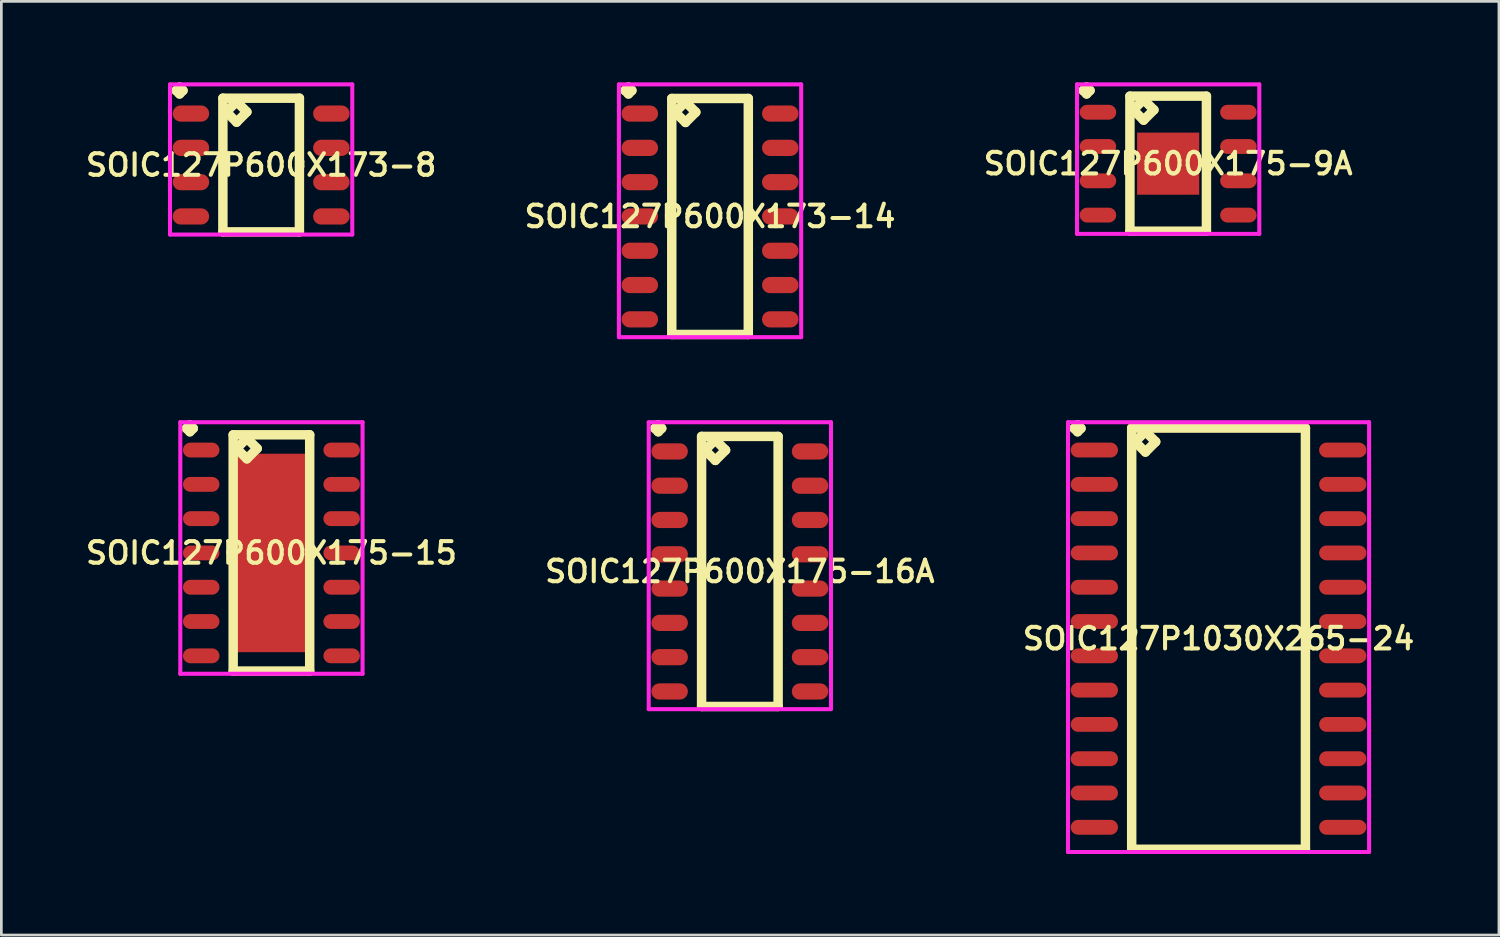
<source format=kicad_pcb>
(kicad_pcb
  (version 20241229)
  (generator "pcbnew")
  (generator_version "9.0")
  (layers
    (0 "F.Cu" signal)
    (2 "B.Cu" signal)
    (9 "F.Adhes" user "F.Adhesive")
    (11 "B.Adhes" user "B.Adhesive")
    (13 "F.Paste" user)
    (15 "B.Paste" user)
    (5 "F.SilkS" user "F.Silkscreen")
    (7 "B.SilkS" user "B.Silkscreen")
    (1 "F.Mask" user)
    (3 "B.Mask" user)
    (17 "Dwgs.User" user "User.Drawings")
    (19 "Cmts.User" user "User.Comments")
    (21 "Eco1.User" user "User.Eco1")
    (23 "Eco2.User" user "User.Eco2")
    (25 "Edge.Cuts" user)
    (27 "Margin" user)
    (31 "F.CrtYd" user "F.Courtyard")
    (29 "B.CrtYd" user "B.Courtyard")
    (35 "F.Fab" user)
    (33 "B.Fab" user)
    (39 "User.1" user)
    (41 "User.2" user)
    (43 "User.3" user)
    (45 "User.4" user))
  (footprint "SOIC127P1030X265-24"
    (layer "F.Cu")
    (at 42.077 20.602)
    (property "Reference" "SOIC127P1030X265-24" (at 0 0 0) (layer "F.SilkS") (effects (font (size 0.8 0.8) (thickness 0.15))))
    (attr smd)
    (fp_line (start -5.348 -7.789) (end -5.221 -7.916) (stroke (width 0.35) (type solid)) (layer "F.SilkS"))
    (fp_line (start -5.221 -7.916) (end -5.094 -7.789) (stroke (width 0.35) (type solid)) (layer "F.SilkS"))
    (fp_line (start -5.221 -7.662) (end -5.348 -7.789) (stroke (width 0.35) (type solid)) (layer "F.SilkS"))
    (fp_line (start -5.094 -7.789) (end -5.221 -7.662) (stroke (width 0.35) (type solid)) (layer "F.SilkS"))
    (fp_line (start -3.217 -7.8) (end -3.217 7.8) (stroke (width 0.35) (type solid)) (layer "F.SilkS"))
    (fp_line (start -3.217 7.8) (end 3.217 7.8) (stroke (width 0.35) (type solid)) (layer "F.SilkS"))
    (fp_line (start -3.09 -7.292) (end -2.709 -7.673) (stroke (width 0.35) (type solid)) (layer "F.SilkS"))
    (fp_line (start -2.709 -7.673) (end -2.328 -7.292) (stroke (width 0.35) (type solid)) (layer "F.SilkS"))
    (fp_line (start -2.709 -6.911) (end -3.09 -7.292) (stroke (width 0.35) (type solid)) (layer "F.SilkS"))
    (fp_line (start -2.328 -7.292) (end -2.709 -6.911) (stroke (width 0.35) (type solid)) (layer "F.SilkS"))
    (fp_line (start 3.217 -7.8) (end -3.217 -7.8) (stroke (width 0.35) (type solid)) (layer "F.SilkS"))
    (fp_line (start 3.217 7.8) (end 3.217 -7.8) (stroke (width 0.35) (type solid)) (layer "F.SilkS"))
    (fp_line (start -5.575 -8.016) (end 5.575 -8.016) (stroke (width 0.15) (type solid)) (layer "F.CrtYd"))
    (fp_line (start -5.575 7.9) (end -5.575 -8.016) (stroke (width 0.15) (type solid)) (layer "F.CrtYd"))
    (fp_line (start 5.575 -8.016) (end 5.575 7.9) (stroke (width 0.15) (type solid)) (layer "F.CrtYd"))
    (fp_line (start 5.575 7.9) (end -5.575 7.9) (stroke (width 0.15) (type solid)) (layer "F.CrtYd"))
    (pad "1" smd oval (at -4.6 -6.985) (size 1.75 0.55) (layers "F.Cu" "F.Mask" "F.Paste"))
    (pad "2" smd oval (at -4.6 -5.715) (size 1.75 0.55) (layers "F.Cu" "F.Mask" "F.Paste"))
    (pad "3" smd oval (at -4.6 -4.445) (size 1.75 0.55) (layers "F.Cu" "F.Mask" "F.Paste"))
    (pad "4" smd oval (at -4.6 -3.175) (size 1.75 0.55) (layers "F.Cu" "F.Mask" "F.Paste"))
    (pad "5" smd oval (at -4.6 -1.905) (size 1.75 0.55) (layers "F.Cu" "F.Mask" "F.Paste"))
    (pad "6" smd oval (at -4.6 -0.635) (size 1.75 0.55) (layers "F.Cu" "F.Mask" "F.Paste"))
    (pad "7" smd oval (at -4.6 0.635) (size 1.75 0.55) (layers "F.Cu" "F.Mask" "F.Paste"))
    (pad "8" smd oval (at -4.6 1.905) (size 1.75 0.55) (layers "F.Cu" "F.Mask" "F.Paste"))
    (pad "9" smd oval (at -4.6 3.175) (size 1.75 0.55) (layers "F.Cu" "F.Mask" "F.Paste"))
    (pad "10" smd oval (at -4.6 4.445) (size 1.75 0.55) (layers "F.Cu" "F.Mask" "F.Paste"))
    (pad "11" smd oval (at -4.6 5.715) (size 1.75 0.55) (layers "F.Cu" "F.Mask" "F.Paste"))
    (pad "12" smd oval (at -4.6 6.985) (size 1.75 0.55) (layers "F.Cu" "F.Mask" "F.Paste"))
    (pad "13" smd oval (at 4.6 6.985) (size 1.75 0.55) (layers "F.Cu" "F.Mask" "F.Paste"))
    (pad "14" smd oval (at 4.6 5.715) (size 1.75 0.55) (layers "F.Cu" "F.Mask" "F.Paste"))
    (pad "15" smd oval (at 4.6 4.445) (size 1.75 0.55) (layers "F.Cu" "F.Mask" "F.Paste"))
    (pad "16" smd oval (at 4.6 3.175) (size 1.75 0.55) (layers "F.Cu" "F.Mask" "F.Paste"))
    (pad "17" smd oval (at 4.6 1.905) (size 1.75 0.55) (layers "F.Cu" "F.Mask" "F.Paste"))
    (pad "18" smd oval (at 4.6 0.635) (size 1.75 0.55) (layers "F.Cu" "F.Mask" "F.Paste"))
    (pad "19" smd oval (at 4.6 -0.635) (size 1.75 0.55) (layers "F.Cu" "F.Mask" "F.Paste"))
    (pad "20" smd oval (at 4.6 -1.905) (size 1.75 0.55) (layers "F.Cu" "F.Mask" "F.Paste"))
    (pad "21" smd oval (at 4.6 -3.175) (size 1.75 0.55) (layers "F.Cu" "F.Mask" "F.Paste"))
    (pad "22" smd oval (at 4.6 -4.445) (size 1.75 0.55) (layers "F.Cu" "F.Mask" "F.Paste"))
    (pad "23" smd oval (at 4.6 -5.715) (size 1.75 0.55) (layers "F.Cu" "F.Mask" "F.Paste"))
    (pad "24" smd oval (at 4.6 -6.985) (size 1.75 0.55) (layers "F.Cu" "F.Mask" "F.Paste")))
  (footprint "SOIC127P600X173-8"
    (layer "F.Cu")
    (at 6.621 3.061)
    (property "Reference" "SOIC127P600X173-8" (at 0 0 0) (layer "F.SilkS") (effects (font (size 0.8 0.8) (thickness 0.15))))
    (attr smd)
    (fp_line (start -3.148 -2.759) (end -3.021 -2.886) (stroke (width 0.35) (type solid)) (layer "F.SilkS"))
    (fp_line (start -3.021 -2.886) (end -2.894 -2.759) (stroke (width 0.35) (type solid)) (layer "F.SilkS"))
    (fp_line (start -3.021 -2.632) (end -3.148 -2.759) (stroke (width 0.35) (type solid)) (layer "F.SilkS"))
    (fp_line (start -2.894 -2.759) (end -3.021 -2.632) (stroke (width 0.35) (type solid)) (layer "F.SilkS"))
    (fp_line (start -1.417 -2.475) (end -1.417 2.475) (stroke (width 0.35) (type solid)) (layer "F.SilkS"))
    (fp_line (start -1.417 2.475) (end 1.417 2.475) (stroke (width 0.35) (type solid)) (layer "F.SilkS"))
    (fp_line (start -1.29 -1.967) (end -0.909 -2.348) (stroke (width 0.35) (type solid)) (layer "F.SilkS"))
    (fp_line (start -0.909 -2.348) (end -0.528 -1.967) (stroke (width 0.35) (type solid)) (layer "F.SilkS"))
    (fp_line (start -0.909 -1.586) (end -1.29 -1.967) (stroke (width 0.35) (type solid)) (layer "F.SilkS"))
    (fp_line (start -0.528 -1.967) (end -0.909 -1.586) (stroke (width 0.35) (type solid)) (layer "F.SilkS"))
    (fp_line (start 1.417 -2.475) (end -1.417 -2.475) (stroke (width 0.35) (type solid)) (layer "F.SilkS"))
    (fp_line (start 1.417 2.475) (end 1.417 -2.475) (stroke (width 0.35) (type solid)) (layer "F.SilkS"))
    (fp_line (start -3.375 -2.986) (end 3.375 -2.986) (stroke (width 0.15) (type solid)) (layer "F.CrtYd"))
    (fp_line (start -3.375 2.575) (end -3.375 -2.986) (stroke (width 0.15) (type solid)) (layer "F.CrtYd"))
    (fp_line (start 3.375 -2.986) (end 3.375 2.575) (stroke (width 0.15) (type solid)) (layer "F.CrtYd"))
    (fp_line (start 3.375 2.575) (end -3.375 2.575) (stroke (width 0.15) (type solid)) (layer "F.CrtYd"))
    (pad "1" smd oval (at -2.6 -1.905) (size 1.35 0.6) (layers "F.Cu" "F.Mask" "F.Paste"))
    (pad "2" smd oval (at -2.6 -0.635) (size 1.35 0.6) (layers "F.Cu" "F.Mask" "F.Paste"))
    (pad "3" smd oval (at -2.6 0.635) (size 1.35 0.6) (layers "F.Cu" "F.Mask" "F.Paste"))
    (pad "4" smd oval (at -2.6 1.905) (size 1.35 0.6) (layers "F.Cu" "F.Mask" "F.Paste"))
    (pad "5" smd oval (at 2.6 1.905) (size 1.35 0.6) (layers "F.Cu" "F.Mask" "F.Paste"))
    (pad "6" smd oval (at 2.6 0.635) (size 1.35 0.6) (layers "F.Cu" "F.Mask" "F.Paste"))
    (pad "7" smd oval (at 2.6 -0.635) (size 1.35 0.6) (layers "F.Cu" "F.Mask" "F.Paste"))
    (pad "8" smd oval (at 2.6 -1.905) (size 1.35 0.6) (layers "F.Cu" "F.Mask" "F.Paste")))
  (footprint "SOIC127P600X173-14"
    (layer "F.Cu")
    (at 23.245 4.966)
    (property "Reference" "SOIC127P600X173-14" (at 0 0 0) (layer "F.SilkS") (effects (font (size 0.8 0.8) (thickness 0.15))))
    (attr smd)
    (fp_line (start -3.148 -4.664) (end -3.021 -4.791) (stroke (width 0.35) (type solid)) (layer "F.SilkS"))
    (fp_line (start -3.021 -4.791) (end -2.894 -4.664) (stroke (width 0.35) (type solid)) (layer "F.SilkS"))
    (fp_line (start -3.021 -4.537) (end -3.148 -4.664) (stroke (width 0.35) (type solid)) (layer "F.SilkS"))
    (fp_line (start -2.894 -4.664) (end -3.021 -4.537) (stroke (width 0.35) (type solid)) (layer "F.SilkS"))
    (fp_line (start -1.417 -4.37) (end -1.417 4.37) (stroke (width 0.35) (type solid)) (layer "F.SilkS"))
    (fp_line (start -1.417 4.37) (end 1.417 4.37) (stroke (width 0.35) (type solid)) (layer "F.SilkS"))
    (fp_line (start -1.29 -3.862) (end -0.909 -4.243) (stroke (width 0.35) (type solid)) (layer "F.SilkS"))
    (fp_line (start -0.909 -4.243) (end -0.528 -3.862) (stroke (width 0.35) (type solid)) (layer "F.SilkS"))
    (fp_line (start -0.909 -3.481) (end -1.29 -3.862) (stroke (width 0.35) (type solid)) (layer "F.SilkS"))
    (fp_line (start -0.528 -3.862) (end -0.909 -3.481) (stroke (width 0.35) (type solid)) (layer "F.SilkS"))
    (fp_line (start 1.417 -4.37) (end -1.417 -4.37) (stroke (width 0.35) (type solid)) (layer "F.SilkS"))
    (fp_line (start 1.417 4.37) (end 1.417 -4.37) (stroke (width 0.35) (type solid)) (layer "F.SilkS"))
    (fp_line (start -3.375 -4.891) (end 3.375 -4.891) (stroke (width 0.15) (type solid)) (layer "F.CrtYd"))
    (fp_line (start -3.375 4.47) (end -3.375 -4.891) (stroke (width 0.15) (type solid)) (layer "F.CrtYd"))
    (fp_line (start 3.375 -4.891) (end 3.375 4.47) (stroke (width 0.15) (type solid)) (layer "F.CrtYd"))
    (fp_line (start 3.375 4.47) (end -3.375 4.47) (stroke (width 0.15) (type solid)) (layer "F.CrtYd"))
    (pad "1" smd oval (at -2.6 -3.81) (size 1.35 0.6) (layers "F.Cu" "F.Mask" "F.Paste"))
    (pad "2" smd oval (at -2.6 -2.54) (size 1.35 0.6) (layers "F.Cu" "F.Mask" "F.Paste"))
    (pad "3" smd oval (at -2.6 -1.27) (size 1.35 0.6) (layers "F.Cu" "F.Mask" "F.Paste"))
    (pad "4" smd oval (at -2.6 0) (size 1.35 0.6) (layers "F.Cu" "F.Mask" "F.Paste"))
    (pad "5" smd oval (at -2.6 1.27) (size 1.35 0.6) (layers "F.Cu" "F.Mask" "F.Paste"))
    (pad "6" smd oval (at -2.6 2.54) (size 1.35 0.6) (layers "F.Cu" "F.Mask" "F.Paste"))
    (pad "7" smd oval (at -2.6 3.81) (size 1.35 0.6) (layers "F.Cu" "F.Mask" "F.Paste"))
    (pad "8" smd oval (at 2.6 3.81) (size 1.35 0.6) (layers "F.Cu" "F.Mask" "F.Paste"))
    (pad "9" smd oval (at 2.6 2.54) (size 1.35 0.6) (layers "F.Cu" "F.Mask" "F.Paste"))
    (pad "10" smd oval (at 2.6 1.27) (size 1.35 0.6) (layers "F.Cu" "F.Mask" "F.Paste"))
    (pad "11" smd oval (at 2.6 0) (size 1.35 0.6) (layers "F.Cu" "F.Mask" "F.Paste"))
    (pad "12" smd oval (at 2.6 -1.27) (size 1.35 0.6) (layers "F.Cu" "F.Mask" "F.Paste"))
    (pad "13" smd oval (at 2.6 -2.54) (size 1.35 0.6) (layers "F.Cu" "F.Mask" "F.Paste"))
    (pad "14" smd oval (at 2.6 -3.81) (size 1.35 0.6) (layers "F.Cu" "F.Mask" "F.Paste")))
  (footprint "SOIC127P600X175-16A"
    (layer "F.Cu")
    (at 24.349 18.112)
    (property "Reference" "SOIC127P600X175-16A" (at 0 0 0) (layer "F.SilkS") (effects (font (size 0.8 0.8) (thickness 0.15))))
    (attr through_hole)
    (fp_line (start -3.148 -5.299) (end -3.021 -5.426) (stroke (width 0.35) (type solid)) (layer "F.SilkS"))
    (fp_line (start -3.021 -5.426) (end -2.894 -5.299) (stroke (width 0.35) (type solid)) (layer "F.SilkS"))
    (fp_line (start -3.021 -5.172) (end -3.148 -5.299) (stroke (width 0.35) (type solid)) (layer "F.SilkS"))
    (fp_line (start -2.894 -5.299) (end -3.021 -5.172) (stroke (width 0.35) (type solid)) (layer "F.SilkS"))
    (fp_line (start -1.417 -5) (end -1.417 5) (stroke (width 0.35) (type solid)) (layer "F.SilkS"))
    (fp_line (start -1.417 5) (end 1.417 5) (stroke (width 0.35) (type solid)) (layer "F.SilkS"))
    (fp_line (start -1.29 -4.492) (end -0.909 -4.873) (stroke (width 0.35) (type solid)) (layer "F.SilkS"))
    (fp_line (start -0.909 -4.873) (end -0.528 -4.492) (stroke (width 0.35) (type solid)) (layer "F.SilkS"))
    (fp_line (start -0.909 -4.111) (end -1.29 -4.492) (stroke (width 0.35) (type solid)) (layer "F.SilkS"))
    (fp_line (start -0.528 -4.492) (end -0.909 -4.111) (stroke (width 0.35) (type solid)) (layer "F.SilkS"))
    (fp_line (start 1.417 -5) (end -1.417 -5) (stroke (width 0.35) (type solid)) (layer "F.SilkS"))
    (fp_line (start 1.417 5) (end 1.417 -5) (stroke (width 0.35) (type solid)) (layer "F.SilkS"))
    (fp_line (start -3.375 -5.526) (end 3.375 -5.526) (stroke (width 0.15) (type solid)) (layer "F.CrtYd"))
    (fp_line (start -3.375 5.1) (end -3.375 -5.526) (stroke (width 0.15) (type solid)) (layer "F.CrtYd"))
    (fp_line (start 3.375 -5.526) (end 3.375 5.1) (stroke (width 0.15) (type solid)) (layer "F.CrtYd"))
    (fp_line (start 3.375 5.1) (end -3.375 5.1) (stroke (width 0.15) (type solid)) (layer "F.CrtYd"))
    (pad "1" smd oval (at -2.6 -4.445) (size 1.35 0.6) (layers "F.Cu" "F.Mask" "F.Paste"))
    (pad "2" smd oval (at -2.6 -3.175) (size 1.35 0.6) (layers "F.Cu" "F.Mask" "F.Paste"))
    (pad "3" smd oval (at -2.6 -1.905) (size 1.35 0.6) (layers "F.Cu" "F.Mask" "F.Paste"))
    (pad "4" smd oval (at -2.6 -0.635) (size 1.35 0.6) (layers "F.Cu" "F.Mask" "F.Paste"))
    (pad "5" smd oval (at -2.6 0.635) (size 1.35 0.6) (layers "F.Cu" "F.Mask" "F.Paste"))
    (pad "6" smd oval (at -2.6 1.905) (size 1.35 0.6) (layers "F.Cu" "F.Mask" "F.Paste"))
    (pad "7" smd oval (at -2.6 3.175) (size 1.35 0.6) (layers "F.Cu" "F.Mask" "F.Paste"))
    (pad "8" smd oval (at -2.6 4.445) (size 1.35 0.6) (layers "F.Cu" "F.Mask" "F.Paste"))
    (pad "9" smd oval (at 2.6 4.445) (size 1.35 0.6) (layers "F.Cu" "F.Mask" "F.Paste"))
    (pad "10" smd oval (at 2.6 3.175) (size 1.35 0.6) (layers "F.Cu" "F.Mask" "F.Paste"))
    (pad "11" smd oval (at 2.6 1.905) (size 1.35 0.6) (layers "F.Cu" "F.Mask" "F.Paste"))
    (pad "12" smd oval (at 2.6 0.635) (size 1.35 0.6) (layers "F.Cu" "F.Mask" "F.Paste"))
    (pad "13" smd oval (at 2.6 -0.635) (size 1.35 0.6) (layers "F.Cu" "F.Mask" "F.Paste"))
    (pad "14" smd oval (at 2.6 -1.905) (size 1.35 0.6) (layers "F.Cu" "F.Mask" "F.Paste"))
    (pad "15" smd oval (at 2.6 -3.175) (size 1.35 0.6) (layers "F.Cu" "F.Mask" "F.Paste"))
    (pad "16" smd oval (at 2.6 -4.445) (size 1.35 0.6) (layers "F.Cu" "F.Mask" "F.Paste")))
  (footprint "SOIC127P600X175-15"
    (layer "F.Cu")
    (at 7.002 17.427)
    (property "Reference" "SOIC127P600X175-15" (at 0 0 0) (layer "F.SilkS") (effects (font (size 0.8 0.8) (thickness 0.15))))
    (attr through_hole)
    (fp_line (start -3.148 -4.614) (end -3.021 -4.741) (stroke (width 0.35) (type solid)) (layer "F.SilkS"))
    (fp_line (start -3.021 -4.741) (end -2.894 -4.614) (stroke (width 0.35) (type solid)) (layer "F.SilkS"))
    (fp_line (start -3.021 -4.487) (end -3.148 -4.614) (stroke (width 0.35) (type solid)) (layer "F.SilkS"))
    (fp_line (start -2.894 -4.614) (end -3.021 -4.487) (stroke (width 0.35) (type solid)) (layer "F.SilkS"))
    (fp_line (start -1.417 -4.375) (end -1.417 4.375) (stroke (width 0.35) (type solid)) (layer "F.SilkS"))
    (fp_line (start -1.417 4.375) (end 1.417 4.375) (stroke (width 0.35) (type solid)) (layer "F.SilkS"))
    (fp_line (start -1.29 -3.867) (end -0.909 -4.248) (stroke (width 0.35) (type solid)) (layer "F.SilkS"))
    (fp_line (start -0.909 -4.248) (end -0.528 -3.867) (stroke (width 0.35) (type solid)) (layer "F.SilkS"))
    (fp_line (start -0.909 -3.486) (end -1.29 -3.867) (stroke (width 0.35) (type solid)) (layer "F.SilkS"))
    (fp_line (start -0.528 -3.867) (end -0.909 -3.486) (stroke (width 0.35) (type solid)) (layer "F.SilkS"))
    (fp_line (start 1.417 -4.375) (end -1.417 -4.375) (stroke (width 0.35) (type solid)) (layer "F.SilkS"))
    (fp_line (start 1.417 4.375) (end 1.417 -4.375) (stroke (width 0.35) (type solid)) (layer "F.SilkS"))
    (fp_line (start -3.375 -4.841) (end 3.375 -4.841) (stroke (width 0.15) (type solid)) (layer "F.CrtYd"))
    (fp_line (start -3.375 4.475) (end -3.375 -4.841) (stroke (width 0.15) (type solid)) (layer "F.CrtYd"))
    (fp_line (start 3.375 -4.841) (end 3.375 4.475) (stroke (width 0.15) (type solid)) (layer "F.CrtYd"))
    (fp_line (start 3.375 4.475) (end -3.375 4.475) (stroke (width 0.15) (type solid)) (layer "F.CrtYd"))
    (pad "1" smd oval (at -2.6 -3.81) (size 1.35 0.55) (layers "F.Cu" "F.Mask" "F.Paste"))
    (pad "2" smd oval (at -2.6 -2.54) (size 1.35 0.55) (layers "F.Cu" "F.Mask" "F.Paste"))
    (pad "3" smd oval (at -2.6 -1.27) (size 1.35 0.55) (layers "F.Cu" "F.Mask" "F.Paste"))
    (pad "4" smd oval (at -2.6 0) (size 1.35 0.55) (layers "F.Cu" "F.Mask" "F.Paste"))
    (pad "5" smd oval (at -2.6 1.27) (size 1.35 0.55) (layers "F.Cu" "F.Mask" "F.Paste"))
    (pad "6" smd oval (at -2.6 2.54) (size 1.35 0.55) (layers "F.Cu" "F.Mask" "F.Paste"))
    (pad "7" smd oval (at -2.6 3.81) (size 1.35 0.55) (layers "F.Cu" "F.Mask" "F.Paste"))
    (pad "8" smd oval (at 2.6 3.81) (size 1.35 0.55) (layers "F.Cu" "F.Mask" "F.Paste"))
    (pad "9" smd oval (at 2.6 2.54) (size 1.35 0.55) (layers "F.Cu" "F.Mask" "F.Paste"))
    (pad "10" smd oval (at 2.6 1.27) (size 1.35 0.55) (layers "F.Cu" "F.Mask" "F.Paste"))
    (pad "11" smd oval (at 2.6 0) (size 1.35 0.55) (layers "F.Cu" "F.Mask" "F.Paste"))
    (pad "12" smd oval (at 2.6 -1.27) (size 1.35 0.55) (layers "F.Cu" "F.Mask" "F.Paste"))
    (pad "13" smd oval (at 2.6 -2.54) (size 1.35 0.55) (layers "F.Cu" "F.Mask" "F.Paste"))
    (pad "14" smd oval (at 2.6 -3.81) (size 1.35 0.55) (layers "F.Cu" "F.Mask" "F.Paste"))
    (pad "15" smd rect (at 0 0) (size 2.75 7.35) (layers "F.Cu" "F.Mask" "F.Paste")))
  (footprint "SOIC127P600X175-9A"
    (layer "F.Cu")
    (at 40.211 3.011)
    (property "Reference" "SOIC127P600X175-9A" (at 0 0 0) (layer "F.SilkS") (effects (font (size 0.8 0.8) (thickness 0.15))))
    (attr smd)
    (fp_line (start -3.148 -2.709) (end -3.021 -2.836) (stroke (width 0.35) (type solid)) (layer "F.SilkS"))
    (fp_line (start -3.021 -2.836) (end -2.894 -2.709) (stroke (width 0.35) (type solid)) (layer "F.SilkS"))
    (fp_line (start -3.021 -2.582) (end -3.148 -2.709) (stroke (width 0.35) (type solid)) (layer "F.SilkS"))
    (fp_line (start -2.894 -2.709) (end -3.021 -2.582) (stroke (width 0.35) (type solid)) (layer "F.SilkS"))
    (fp_line (start -1.417 -2.5) (end -1.417 2.5) (stroke (width 0.35) (type solid)) (layer "F.SilkS"))
    (fp_line (start -1.417 2.5) (end 1.417 2.5) (stroke (width 0.35) (type solid)) (layer "F.SilkS"))
    (fp_line (start -1.29 -1.992) (end -0.909 -2.373) (stroke (width 0.35) (type solid)) (layer "F.SilkS"))
    (fp_line (start -0.909 -2.373) (end -0.528 -1.992) (stroke (width 0.35) (type solid)) (layer "F.SilkS"))
    (fp_line (start -0.909 -1.611) (end -1.29 -1.992) (stroke (width 0.35) (type solid)) (layer "F.SilkS"))
    (fp_line (start -0.528 -1.992) (end -0.909 -1.611) (stroke (width 0.35) (type solid)) (layer "F.SilkS"))
    (fp_line (start 1.417 -2.5) (end -1.417 -2.5) (stroke (width 0.35) (type solid)) (layer "F.SilkS"))
    (fp_line (start 1.417 2.5) (end 1.417 -2.5) (stroke (width 0.35) (type solid)) (layer "F.SilkS"))
    (fp_line (start -3.375 -2.936) (end 3.375 -2.936) (stroke (width 0.15) (type solid)) (layer "F.CrtYd"))
    (fp_line (start -3.375 2.6) (end -3.375 -2.936) (stroke (width 0.15) (type solid)) (layer "F.CrtYd"))
    (fp_line (start 3.375 -2.936) (end 3.375 2.6) (stroke (width 0.15) (type solid)) (layer "F.CrtYd"))
    (fp_line (start 3.375 2.6) (end -3.375 2.6) (stroke (width 0.15) (type solid)) (layer "F.CrtYd"))
    (pad "1" smd oval (at -2.6 -1.905) (size 1.35 0.55) (layers "F.Cu" "F.Mask" "F.Paste"))
    (pad "2" smd oval (at -2.6 -0.635) (size 1.35 0.55) (layers "F.Cu" "F.Mask" "F.Paste"))
    (pad "3" smd oval (at -2.6 0.635) (size 1.35 0.55) (layers "F.Cu" "F.Mask" "F.Paste"))
    (pad "4" smd oval (at -2.6 1.905) (size 1.35 0.55) (layers "F.Cu" "F.Mask" "F.Paste"))
    (pad "5" smd oval (at 2.6 1.905) (size 1.35 0.55) (layers "F.Cu" "F.Mask" "F.Paste"))
    (pad "6" smd oval (at 2.6 0.635) (size 1.35 0.55) (layers "F.Cu" "F.Mask" "F.Paste"))
    (pad "7" smd oval (at 2.6 -0.635) (size 1.35 0.55) (layers "F.Cu" "F.Mask" "F.Paste"))
    (pad "8" smd oval (at 2.6 -1.905) (size 1.35 0.55) (layers "F.Cu" "F.Mask" "F.Paste"))
    (pad "9" smd rect (at 0 0) (size 2.3 2.3) (layers "F.Cu" "F.Mask" "F.Paste")))
  (gr_rect
    (start -3 -3)
    (end 52.46 31.577)
    (stroke (width 0.1) (type default))
    (fill no)
    (layer "Edge.Cuts")))
</source>
